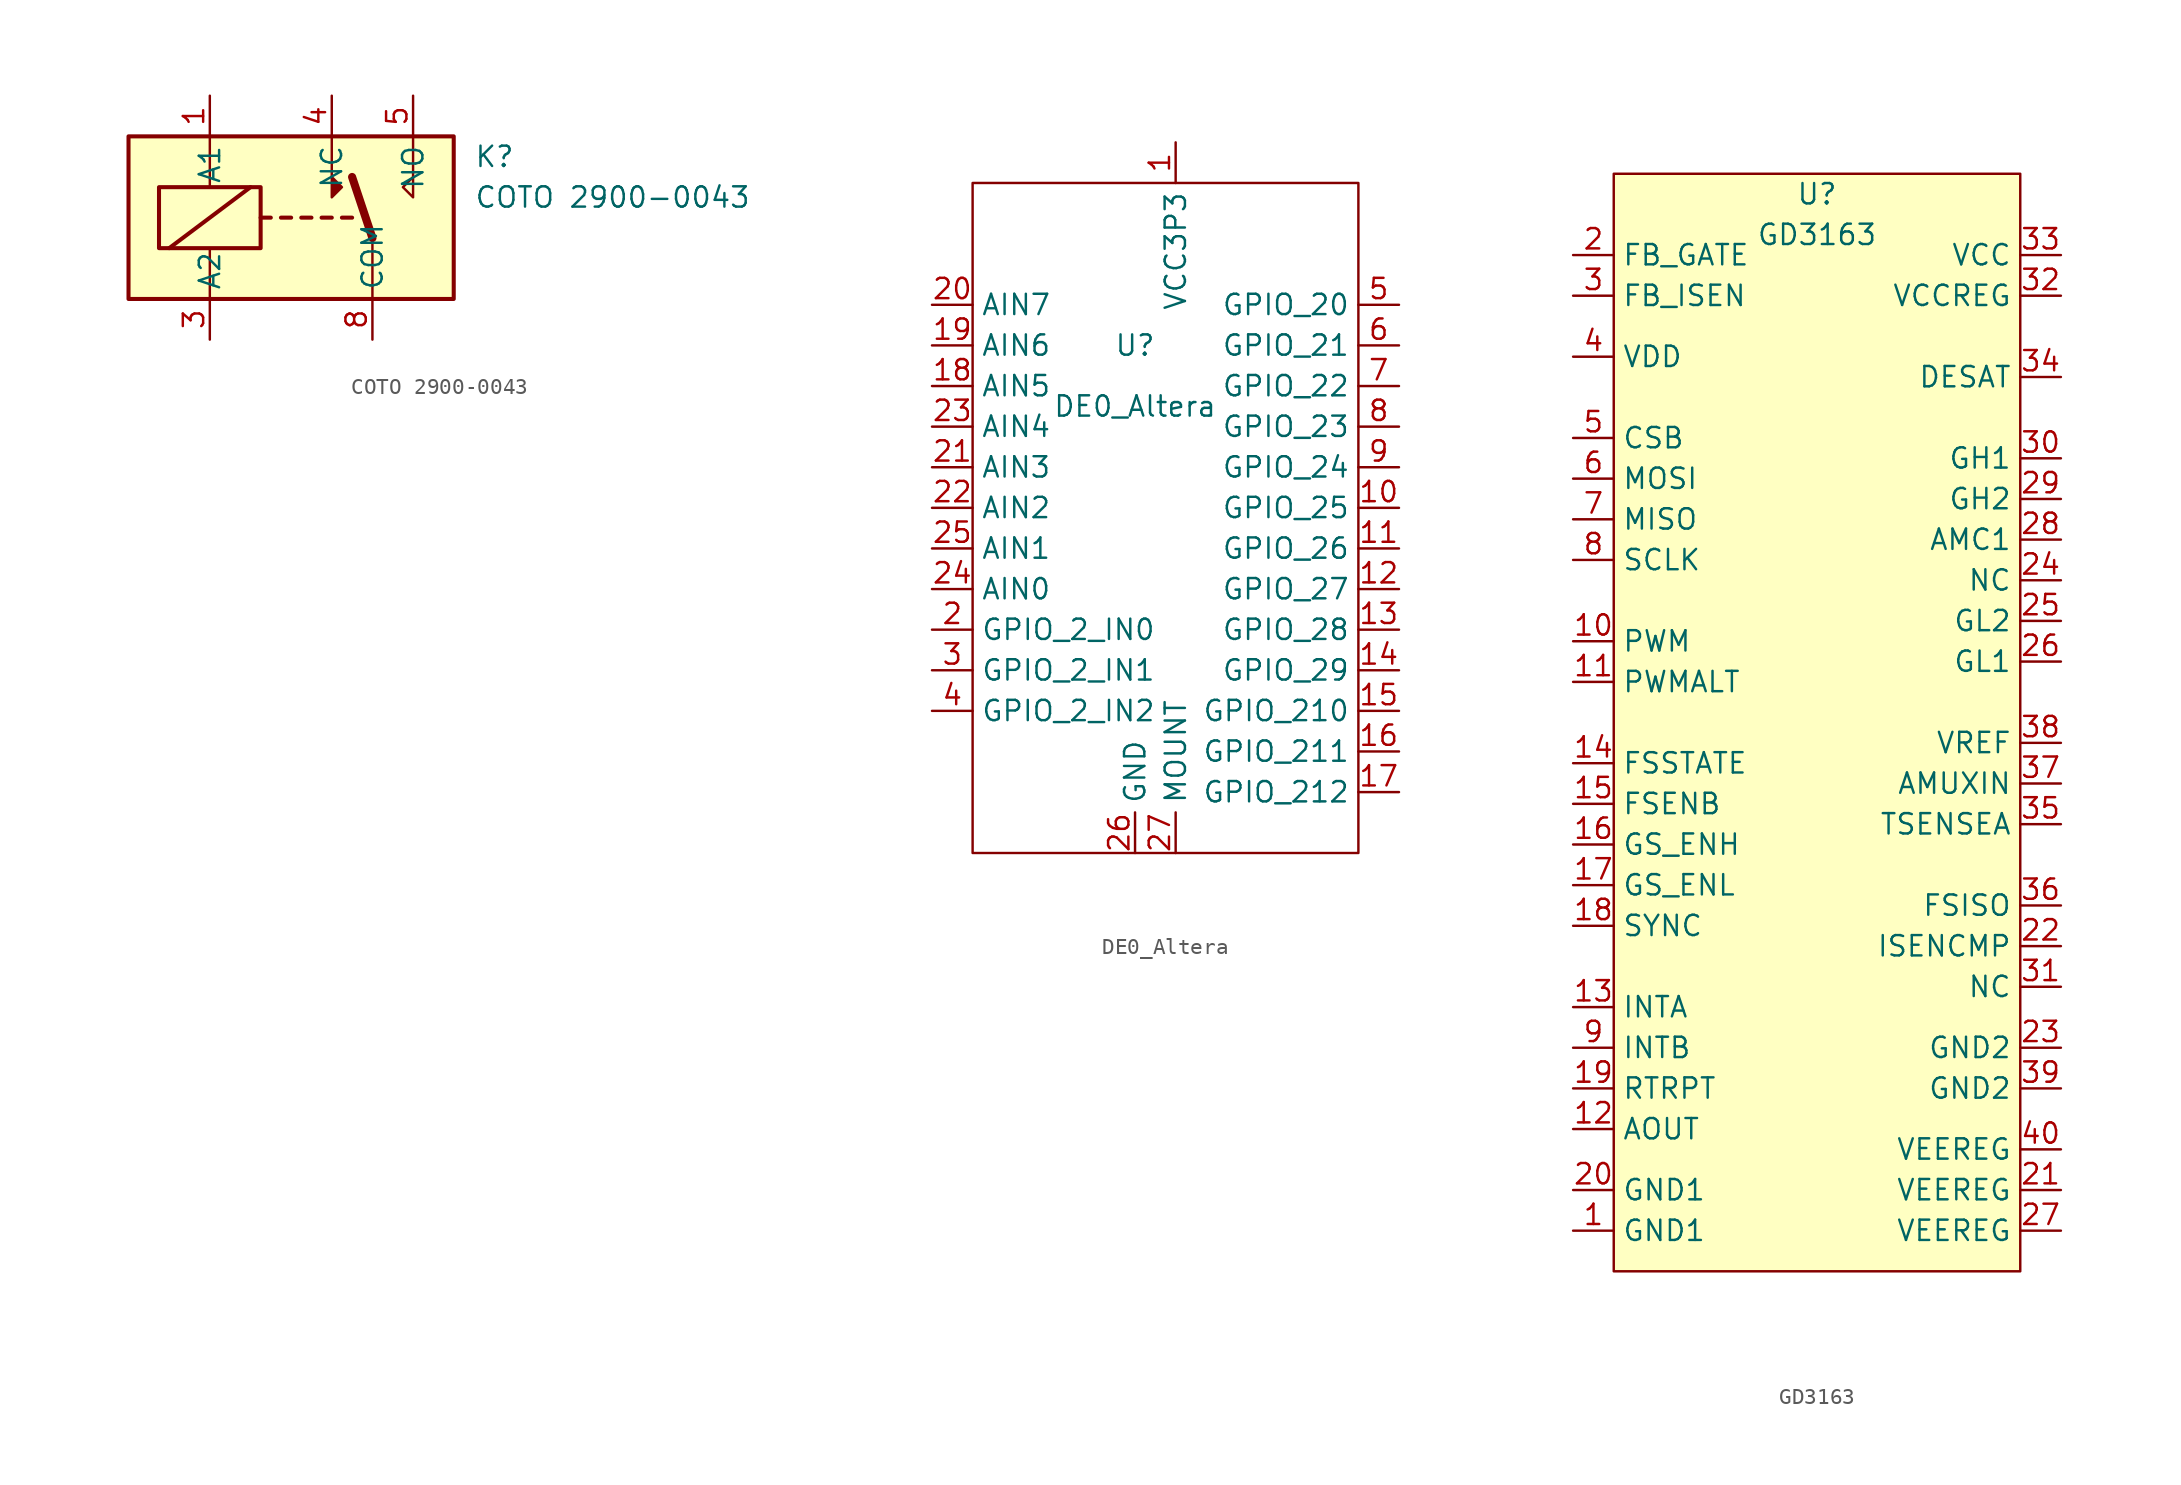
<source format=kicad_sym>
(kicad_symbol_lib
  (version 20231120)
  (generator "kicad_symbol_editor")
  (generator_version "8.0")
  (symbol "COTO 2900-0043"
    (property "Reference" "K"
      (at 11.43 3.81 0)
      (effects (font (size 1.27 1.27)) (justify left)))
    (property "Value" "COTO 2900-0043"
      (at 11.43 1.27 0)
      (effects (font (size 1.27 1.27)) (justify left)))
    (symbol "COTO 2900-0043_0_0"
      (polyline (pts (xy 2.54 5.08) (xy 2.54 1.27) (xy 3.175 1.905) (xy 2.54 2.54)) (stroke (width 0) (type default)) (fill (type outline)))
      (polyline (pts (xy 7.62 5.08) (xy 7.62 1.27) (xy 6.985 1.905) (xy 7.62 2.54)) (stroke (width 0) (type default)) (fill (type none))))
    (symbol "COTO 2900-0043_0_1"
      (rectangle (start -10.16 5.08) (end 10.16 -5.08) (stroke (width 0.254) (type default)) (fill (type background)))
      (rectangle (start -8.255 1.905) (end -1.905 -1.905) (stroke (width 0.254) (type default)) (fill (type none)))
      (polyline (pts (xy -7.62 -1.905) (xy -2.54 1.905)) (stroke (width 0.254) (type default)) (fill (type none)))
      (polyline (pts (xy -5.08 -5.08) (xy -5.08 -1.905)) (stroke (width 0) (type default)) (fill (type none)))
      (polyline (pts (xy -5.08 5.08) (xy -5.08 1.905)) (stroke (width 0) (type default)) (fill (type none)))
      (polyline (pts (xy -1.905 0) (xy -1.27 0)) (stroke (width 0.254) (type default)) (fill (type none)))
      (polyline (pts (xy -0.635 0) (xy 0 0)) (stroke (width 0.254) (type default)) (fill (type none)))
      (polyline (pts (xy 0.635 0) (xy 1.27 0)) (stroke (width 0.254) (type default)) (fill (type none)))
      (polyline (pts (xy 1.905 0) (xy 2.54 0)) (stroke (width 0.254) (type default)) (fill (type none)))
      (polyline (pts (xy 3.175 0) (xy 3.81 0)) (stroke (width 0.254) (type default)) (fill (type none)))
      (polyline (pts (xy 5.08 -1.27) (xy 3.81 2.54)) (stroke (width 0.508) (type default)) (fill (type none)))
      (polyline (pts (xy 5.08 -1.27) (xy 5.08 -5.08)) (stroke (width 0) (type default)) (fill (type none))))
    (symbol "COTO 2900-0043_1_1"
      (pin passive line (at -5.08 7.62 270) (length 2.54) (name "A1" (effects (font (size 1.27 1.27)))) (number "1" (effects (font (size 1.27 1.27)))))
      (pin passive line (at -5.08 -7.62 90) (length 2.54) (name "A2" (effects (font (size 1.27 1.27)))) (number "3" (effects (font (size 1.27 1.27)))))
      (pin passive line (at 2.54 7.62 270) (length 2.54) (name "NC" (effects (font (size 1.27 1.27)))) (number "4" (effects (font (size 1.27 1.27)))))
      (pin passive line (at 7.62 7.62 270) (length 2.54) (name "NO" (effects (font (size 1.27 1.27)))) (number "5" (effects (font (size 1.27 1.27)))))
      (pin passive line (at 5.08 -7.62 90) (length 2.54) (name "COM" (effects (font (size 1.27 1.27)))) (number "8" (effects (font (size 1.27 1.27)))))))
  (symbol "DE0_Altera"
    (property "Reference" "U"
      (at 0 6.35 0)
      (effects (font (size 1.27 1.27))))
    (property "Value" "DE0_Altera"
      (at 0 2.54 0)
      (effects (font (size 1.27 1.27))))
    (symbol "DE0_Altera_0_1"
      (rectangle (start -10.16 16.51) (end 13.97 -25.4) (stroke (width 0.152) (type default)) (fill (type none))))
    (symbol "DE0_Altera_1_1"
      (pin power_out line (at 2.54 19.05 270) (length 2.54) (name "VCC3P3" (effects (font (size 1.27 1.27)))) (number "1" (effects (font (size 1.27 1.27)))))
      (pin bidirectional line (at 16.51 -3.81 180) (length 2.54) (name "GPIO_25" (effects (font (size 1.27 1.27)))) (number "10" (effects (font (size 1.27 1.27)))))
      (pin bidirectional line (at 16.51 -6.35 180) (length 2.54) (name "GPIO_26" (effects (font (size 1.27 1.27)))) (number "11" (effects (font (size 1.27 1.27)))))
      (pin bidirectional line (at 16.51 -8.89 180) (length 2.54) (name "GPIO_27" (effects (font (size 1.27 1.27)))) (number "12" (effects (font (size 1.27 1.27)))))
      (pin bidirectional line (at 16.51 -11.43 180) (length 2.54) (name "GPIO_28" (effects (font (size 1.27 1.27)))) (number "13" (effects (font (size 1.27 1.27)))))
      (pin bidirectional line (at 16.51 -13.97 180) (length 2.54) (name "GPIO_29" (effects (font (size 1.27 1.27)))) (number "14" (effects (font (size 1.27 1.27)))))
      (pin bidirectional line (at 16.51 -16.51 180) (length 2.54) (name "GPIO_210" (effects (font (size 1.27 1.27)))) (number "15" (effects (font (size 1.27 1.27)))))
      (pin bidirectional line (at 16.51 -19.05 180) (length 2.54) (name "GPIO_211" (effects (font (size 1.27 1.27)))) (number "16" (effects (font (size 1.27 1.27)))))
      (pin bidirectional line (at 16.51 -21.59 180) (length 2.54) (name "GPIO_212" (effects (font (size 1.27 1.27)))) (number "17" (effects (font (size 1.27 1.27)))))
      (pin input line (at -12.7 3.81 0) (length 2.54) (name "AIN5" (effects (font (size 1.27 1.27)))) (number "18" (effects (font (size 1.27 1.27)))))
      (pin input line (at -12.7 6.35 0) (length 2.54) (name "AIN6" (effects (font (size 1.27 1.27)))) (number "19" (effects (font (size 1.27 1.27)))))
      (pin input line (at -12.7 -11.43 0) (length 2.54) (name "GPIO_2_IN0" (effects (font (size 1.27 1.27)))) (number "2" (effects (font (size 1.27 1.27)))))
      (pin input line (at -12.7 8.89 0) (length 2.54) (name "AIN7" (effects (font (size 1.27 1.27)))) (number "20" (effects (font (size 1.27 1.27)))))
      (pin input line (at -12.7 -1.27 0) (length 2.54) (name "AIN3" (effects (font (size 1.27 1.27)))) (number "21" (effects (font (size 1.27 1.27)))))
      (pin input line (at -12.7 -3.81 0) (length 2.54) (name "AIN2" (effects (font (size 1.27 1.27)))) (number "22" (effects (font (size 1.27 1.27)))))
      (pin input line (at -12.7 1.27 0) (length 2.54) (name "AIN4" (effects (font (size 1.27 1.27)))) (number "23" (effects (font (size 1.27 1.27)))))
      (pin input line (at -12.7 -8.89 0) (length 2.54) (name "AIN0" (effects (font (size 1.27 1.27)))) (number "24" (effects (font (size 1.27 1.27)))))
      (pin input line (at -12.7 -6.35 0) (length 2.54) (name "AIN1" (effects (font (size 1.27 1.27)))) (number "25" (effects (font (size 1.27 1.27)))))
      (pin power_out line (at 0 -25.4 90) (length 2.54) (name "GND" (effects (font (size 1.27 1.27)))) (number "26" (effects (font (size 1.27 1.27)))))
      (pin passive line (at 2.54 -25.4 90) (length 2.54) (name "MOUNT" (effects (font (size 1.27 1.27)))) (number "27" (effects (font (size 1.27 1.27)))))
      (pin input line (at -12.7 -13.97 0) (length 2.54) (name "GPIO_2_IN1" (effects (font (size 1.27 1.27)))) (number "3" (effects (font (size 1.27 1.27)))))
      (pin input line (at -12.7 -16.51 0) (length 2.54) (name "GPIO_2_IN2" (effects (font (size 1.27 1.27)))) (number "4" (effects (font (size 1.27 1.27)))))
      (pin bidirectional line (at 16.51 8.89 180) (length 2.54) (name "GPIO_20" (effects (font (size 1.27 1.27)))) (number "5" (effects (font (size 1.27 1.27)))))
      (pin bidirectional line (at 16.51 6.35 180) (length 2.54) (name "GPIO_21" (effects (font (size 1.27 1.27)))) (number "6" (effects (font (size 1.27 1.27)))))
      (pin bidirectional line (at 16.51 3.81 180) (length 2.54) (name "GPIO_22" (effects (font (size 1.27 1.27)))) (number "7" (effects (font (size 1.27 1.27)))))
      (pin bidirectional line (at 16.51 1.27 180) (length 2.54) (name "GPIO_23" (effects (font (size 1.27 1.27)))) (number "8" (effects (font (size 1.27 1.27)))))
      (pin bidirectional line (at 16.51 -1.27 180) (length 2.54) (name "GPIO_24" (effects (font (size 1.27 1.27)))) (number "9" (effects (font (size 1.27 1.27)))))))
  (symbol "GD3163"
    (property "Reference" "U"
      (at 0 38.1 0)
      (effects (font (size 1.27 1.27))))
    (property "Value" "GD3163"
      (at 0 35.56 0)
      (effects (font (size 1.27 1.27))))
    (symbol "GD3163_0_1"
      (rectangle (start -12.7 39.37) (end 12.7 -29.21) (stroke (width 0) (type default)) (fill (type background))))
    (symbol "GD3163_1_1"
      (pin power_in line (at -15.24 -26.67 0) (length 2.54) (name "GND1" (effects (font (size 1.27 1.27)))) (number "1" (effects (font (size 1.27 1.27)))))
      (pin input line (at -15.24 10.16 0) (length 2.54) (name "PWM" (effects (font (size 1.27 1.27)))) (number "10" (effects (font (size 1.27 1.27)))))
      (pin input line (at -15.24 7.62 0) (length 2.54) (name "PWMALT" (effects (font (size 1.27 1.27)))) (number "11" (effects (font (size 1.27 1.27)))))
      (pin output line (at -15.24 -20.32 0) (length 2.54) (name "AOUT" (effects (font (size 1.27 1.27)))) (number "12" (effects (font (size 1.27 1.27)))))
      (pin open_collector line (at -15.24 -12.7 0) (length 2.54) (name "INTA" (effects (font (size 1.27 1.27)))) (number "13" (effects (font (size 1.27 1.27)))))
      (pin input line (at -15.24 2.54 0) (length 2.54) (name "FSSTATE" (effects (font (size 1.27 1.27)))) (number "14" (effects (font (size 1.27 1.27)))))
      (pin input line (at -15.24 0 0) (length 2.54) (name "FSENB" (effects (font (size 1.27 1.27)))) (number "15" (effects (font (size 1.27 1.27)))))
      (pin tri_state line (at -15.24 -2.54 0) (length 2.54) (name "GS_ENH" (effects (font (size 1.27 1.27)))) (number "16" (effects (font (size 1.27 1.27)))))
      (pin tri_state line (at -15.24 -5.08 0) (length 2.54) (name "GS_ENL" (effects (font (size 1.27 1.27)))) (number "17" (effects (font (size 1.27 1.27)))))
      (pin input line (at -15.24 -7.62 0) (length 2.54) (name "SYNC" (effects (font (size 1.27 1.27)))) (number "18" (effects (font (size 1.27 1.27)))))
      (pin output line (at -15.24 -17.78 0) (length 2.54) (name "RTRPT" (effects (font (size 1.27 1.27)))) (number "19" (effects (font (size 1.27 1.27)))))
      (pin output line (at -15.24 34.29 0) (length 2.54) (name "FB_GATE" (effects (font (size 1.27 1.27)))) (number "2" (effects (font (size 1.27 1.27)))))
      (pin power_in line (at -15.24 -24.13 0) (length 2.54) (name "GND1" (effects (font (size 1.27 1.27)))) (number "20" (effects (font (size 1.27 1.27)))))
      (pin power_in line (at 15.24 -24.13 180) (length 2.54) (name "VEEREG" (effects (font (size 1.27 1.27)))) (number "21" (effects (font (size 1.27 1.27)))))
      (pin input line (at 15.24 -8.89 180) (length 2.54) (name "ISENCMP" (effects (font (size 1.27 1.27)))) (number "22" (effects (font (size 1.27 1.27)))))
      (pin power_in line (at 15.24 -15.24 180) (length 2.54) (name "GND2" (effects (font (size 1.27 1.27)))) (number "23" (effects (font (size 1.27 1.27)))))
      (pin passive line (at 15.24 13.97 180) (length 2.54) (name "NC" (effects (font (size 1.27 1.27)))) (number "24" (effects (font (size 1.27 1.27)))))
      (pin output line (at 15.24 11.43 180) (length 2.54) (name "GL2" (effects (font (size 1.27 1.27)))) (number "25" (effects (font (size 1.27 1.27)))))
      (pin output line (at 15.24 8.89 180) (length 2.54) (name "GL1" (effects (font (size 1.27 1.27)))) (number "26" (effects (font (size 1.27 1.27)))))
      (pin power_in line (at 15.24 -26.67 180) (length 2.54) (name "VEEREG" (effects (font (size 1.27 1.27)))) (number "27" (effects (font (size 1.27 1.27)))))
      (pin output line (at 15.24 16.51 180) (length 2.54) (name "AMC1" (effects (font (size 1.27 1.27)))) (number "28" (effects (font (size 1.27 1.27)))))
      (pin output line (at 15.24 19.05 180) (length 2.54) (name "GH2" (effects (font (size 1.27 1.27)))) (number "29" (effects (font (size 1.27 1.27)))))
      (pin input line (at -15.24 31.75 0) (length 2.54) (name "FB_ISEN" (effects (font (size 1.27 1.27)))) (number "3" (effects (font (size 1.27 1.27)))))
      (pin output line (at 15.24 21.59 180) (length 2.54) (name "GH1" (effects (font (size 1.27 1.27)))) (number "30" (effects (font (size 1.27 1.27)))))
      (pin passive line (at 15.24 -11.43 180) (length 2.54) (name "NC" (effects (font (size 1.27 1.27)))) (number "31" (effects (font (size 1.27 1.27)))))
      (pin power_out line (at 15.24 31.75 180) (length 2.54) (name "VCCREG" (effects (font (size 1.27 1.27)))) (number "32" (effects (font (size 1.27 1.27)))))
      (pin power_in line (at 15.24 34.29 180) (length 2.54) (name "VCC" (effects (font (size 1.27 1.27)))) (number "33" (effects (font (size 1.27 1.27)))))
      (pin input line (at 15.24 26.67 180) (length 2.54) (name "DESAT" (effects (font (size 1.27 1.27)))) (number "34" (effects (font (size 1.27 1.27)))))
      (pin input line (at 15.24 -1.27 180) (length 2.54) (name "TSENSEA" (effects (font (size 1.27 1.27)))) (number "35" (effects (font (size 1.27 1.27)))))
      (pin input line (at 15.24 -6.35 180) (length 2.54) (name "FSISO" (effects (font (size 1.27 1.27)))) (number "36" (effects (font (size 1.27 1.27)))))
      (pin input line (at 15.24 1.27 180) (length 2.54) (name "AMUXIN" (effects (font (size 1.27 1.27)))) (number "37" (effects (font (size 1.27 1.27)))))
      (pin power_out line (at 15.24 3.81 180) (length 2.54) (name "VREF" (effects (font (size 1.27 1.27)))) (number "38" (effects (font (size 1.27 1.27)))))
      (pin power_in line (at 15.24 -17.78 180) (length 2.54) (name "GND2" (effects (font (size 1.27 1.27)))) (number "39" (effects (font (size 1.27 1.27)))))
      (pin power_in line (at -15.24 27.94 0) (length 2.54) (name "VDD" (effects (font (size 1.27 1.27)))) (number "4" (effects (font (size 1.27 1.27)))))
      (pin power_in line (at 15.24 -21.59 180) (length 2.54) (name "VEEREG" (effects (font (size 1.27 1.27)))) (number "40" (effects (font (size 1.27 1.27)))))
      (pin input line (at -15.24 22.86 0) (length 2.54) (name "CSB" (effects (font (size 1.27 1.27)))) (number "5" (effects (font (size 1.27 1.27)))))
      (pin input line (at -15.24 20.32 0) (length 2.54) (name "MOSI" (effects (font (size 1.27 1.27)))) (number "6" (effects (font (size 1.27 1.27)))))
      (pin output line (at -15.24 17.78 0) (length 2.54) (name "MISO" (effects (font (size 1.27 1.27)))) (number "7" (effects (font (size 1.27 1.27)))))
      (pin input line (at -15.24 15.24 0) (length 2.54) (name "SCLK" (effects (font (size 1.27 1.27)))) (number "8" (effects (font (size 1.27 1.27)))))
      (pin open_collector line (at -15.24 -15.24 0) (length 2.54) (name "INTB" (effects (font (size 1.27 1.27)))) (number "9" (effects (font (size 1.27 1.27))))))))
</source>
